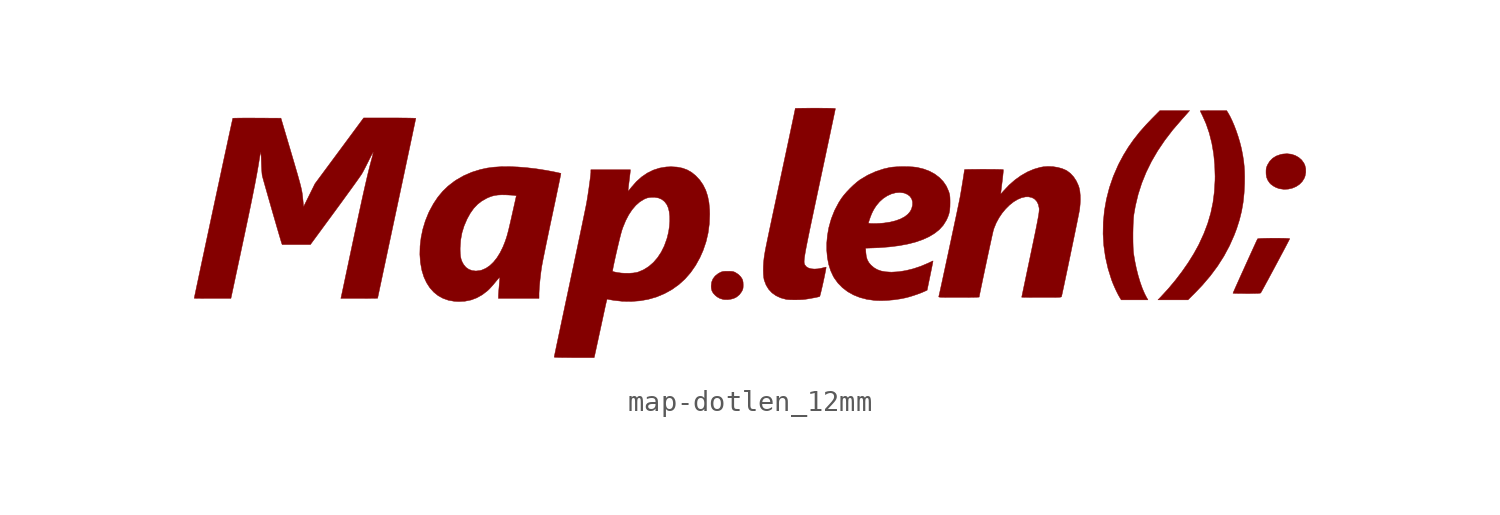
<source format=kicad_sym>
(kicad_symbol_lib
  (version 20211014)
  (generator kicad_symbol_editor)
  (symbol "map-dotlen_12mm"
    (pin_names
      (offset 1.016))
    (property "Reference" "#G"
      (at 0 5.368 0)
      (effects (font (size 1.27 1.27)) hide))
    (symbol "map-dotlen_12mm_0_0"
      (polyline (pts (xy 25.915 2.106) (xy 26.113 2.151) (xy 26.296 2.228) (xy 26.458 2.336) (xy 26.591 2.471) (xy 26.689 2.631) (xy 26.729 2.738) (xy 26.761 2.914) (xy 26.758 3.091) (xy 26.719 3.254) (xy 26.669 3.361) (xy 26.56 3.511) (xy 26.418 3.633) (xy 26.251 3.726) (xy 26.064 3.786) (xy 25.862 3.809) (xy 25.653 3.794) (xy 25.541 3.77) (xy 25.337 3.697) (xy 25.166 3.59) (xy 25.028 3.45) (xy 24.922 3.276) (xy 24.919 3.27) (xy 24.883 3.184) (xy 24.861 3.11) (xy 24.851 3.028) (xy 24.849 2.919) (xy 24.852 2.821) (xy 24.877 2.67) (xy 24.932 2.537) (xy 25.021 2.405) (xy 25.083 2.341) (xy 25.198 2.256) (xy 25.332 2.183) (xy 25.471 2.133) (xy 25.501 2.125) (xy 25.709 2.096) (xy 25.915 2.106)) (stroke (width 0.01) (type default) (color 0 0 0 0)) (fill (type outline)))
      (polyline (pts (xy -1.047 -3.211) (xy -0.899 -3.19) (xy -0.768 -3.154) (xy -0.635 -3.087) (xy -0.496 -2.972) (xy -0.388 -2.821) (xy -0.387 -2.82) (xy -0.351 -2.748) (xy -0.33 -2.684) (xy -0.32 -2.61) (xy -0.318 -2.507) (xy -0.322 -2.394) (xy -0.337 -2.301) (xy -0.364 -2.225) (xy -0.439 -2.111) (xy -0.556 -1.995) (xy -0.695 -1.906) (xy -0.733 -1.888) (xy -0.791 -1.867) (xy -0.856 -1.855) (xy -0.941 -1.85) (xy -1.059 -1.848) (xy -1.158 -1.849) (xy -1.246 -1.853) (xy -1.313 -1.864) (xy -1.371 -1.882) (xy -1.436 -1.912) (xy -1.524 -1.961) (xy -1.669 -2.076) (xy -1.774 -2.215) (xy -1.838 -2.374) (xy -1.859 -2.554) (xy -1.854 -2.658) (xy -1.824 -2.789) (xy -1.762 -2.901) (xy -1.662 -3.009) (xy -1.567 -3.086) (xy -1.438 -3.157) (xy -1.285 -3.202) (xy -1.189 -3.213) (xy -1.047 -3.211)) (stroke (width 0.01) (type default) (color 0 0 0 0)) (fill (type outline)))
      (polyline (pts (xy 19.082 -3.078) (xy 19.002 -2.923) (xy 18.893 -2.668) (xy 18.79 -2.378) (xy 18.694 -2.059) (xy 18.608 -1.719) (xy 18.535 -1.364) (xy 18.474 -1) (xy 18.468 -0.95) (xy 18.457 -0.812) (xy 18.45 -0.642) (xy 18.445 -0.446) (xy 18.443 -0.234) (xy 18.443 -0.014) (xy 18.447 0.204) (xy 18.453 0.411) (xy 18.462 0.599) (xy 18.473 0.759) (xy 18.487 0.883) (xy 18.561 1.302) (xy 18.693 1.853) (xy 18.865 2.391) (xy 19.078 2.917) (xy 19.332 3.435) (xy 19.63 3.946) (xy 19.971 4.451) (xy 20.357 4.955) (xy 20.79 5.457) (xy 20.803 5.472) (xy 20.892 5.57) (xy 20.974 5.663) (xy 21.043 5.74) (xy 21.089 5.793) (xy 21.169 5.885) (xy 19.74 5.885) (xy 19.35 5.491) (xy 19.091 5.221) (xy 18.768 4.857) (xy 18.481 4.495) (xy 18.224 4.129) (xy 17.992 3.751) (xy 17.779 3.354) (xy 17.729 3.253) (xy 17.498 2.722) (xy 17.311 2.18) (xy 17.169 1.628) (xy 17.07 1.07) (xy 17.015 0.509) (xy 17.005 -0.054) (xy 17.04 -0.615) (xy 17.119 -1.171) (xy 17.244 -1.72) (xy 17.413 -2.26) (xy 17.481 -2.437) (xy 17.564 -2.629) (xy 17.651 -2.817) (xy 17.737 -2.987) (xy 17.817 -3.125) (xy 17.879 -3.225) (xy 18.521 -3.225) (xy 19.164 -3.225) (xy 19.082 -3.078)) (stroke (width 0.01) (type default) (color 0 0 0 0)) (fill (type outline)))
      (polyline (pts (xy 21.44 -2.878) (xy 21.778 -2.524) (xy 22.168 -2.067) (xy 22.515 -1.6) (xy 22.821 -1.12) (xy 23.087 -0.624) (xy 23.316 -0.11) (xy 23.436 0.207) (xy 23.569 0.626) (xy 23.672 1.043) (xy 23.746 1.468) (xy 23.793 1.914) (xy 23.816 2.389) (xy 23.816 2.401) (xy 23.819 2.699) (xy 23.813 2.965) (xy 23.797 3.213) (xy 23.771 3.457) (xy 23.732 3.712) (xy 23.679 3.99) (xy 23.651 4.117) (xy 23.585 4.374) (xy 23.505 4.64) (xy 23.415 4.906) (xy 23.317 5.163) (xy 23.215 5.401) (xy 23.113 5.612) (xy 23.015 5.785) (xy 22.951 5.885) (xy 22.31 5.885) (xy 22.143 5.885) (xy 21.993 5.883) (xy 21.865 5.881) (xy 21.767 5.879) (xy 21.703 5.876) (xy 21.681 5.873) (xy 21.684 5.862) (xy 21.705 5.816) (xy 21.74 5.744) (xy 21.784 5.655) (xy 21.961 5.257) (xy 22.117 4.803) (xy 22.239 4.319) (xy 22.327 3.81) (xy 22.379 3.275) (xy 22.396 2.719) (xy 22.393 2.527) (xy 22.362 1.983) (xy 22.295 1.461) (xy 22.189 0.955) (xy 22.043 0.457) (xy 21.855 -0.039) (xy 21.624 -0.541) (xy 21.591 -0.607) (xy 21.363 -1.018) (xy 21.099 -1.441) (xy 20.802 -1.867) (xy 20.48 -2.288) (xy 20.136 -2.698) (xy 19.776 -3.09) (xy 19.646 -3.225) (xy 21.092 -3.225) (xy 21.44 -2.878)) (stroke (width 0.01) (type default) (color 0 0 0 0)) (fill (type outline)))
      (polyline (pts (xy 24.023 -2.919) (xy 24.208 -2.918) (xy 24.351 -2.915) (xy 24.457 -2.912) (xy 24.53 -2.906) (xy 24.575 -2.899) (xy 24.594 -2.89) (xy 24.594 -2.889) (xy 24.612 -2.859) (xy 24.649 -2.793) (xy 24.703 -2.695) (xy 24.772 -2.569) (xy 24.853 -2.419) (xy 24.945 -2.251) (xy 25.043 -2.067) (xy 25.148 -1.873) (xy 25.255 -1.673) (xy 25.363 -1.471) (xy 25.47 -1.271) (xy 25.572 -1.078) (xy 25.669 -0.897) (xy 25.757 -0.731) (xy 25.834 -0.584) (xy 25.898 -0.462) (xy 25.947 -0.368) (xy 25.978 -0.307) (xy 25.989 -0.283) (xy 25.97 -0.276) (xy 25.91 -0.27) (xy 25.817 -0.265) (xy 25.696 -0.261) (xy 25.553 -0.259) (xy 25.397 -0.257) (xy 25.233 -0.257) (xy 25.069 -0.258) (xy 24.91 -0.261) (xy 24.765 -0.264) (xy 24.638 -0.268) (xy 24.538 -0.274) (xy 24.47 -0.281) (xy 24.442 -0.288) (xy 24.432 -0.308) (xy 24.404 -0.366) (xy 24.36 -0.459) (xy 24.304 -0.582) (xy 24.236 -0.73) (xy 24.159 -0.898) (xy 24.075 -1.083) (xy 23.986 -1.279) (xy 23.894 -1.482) (xy 23.801 -1.688) (xy 23.709 -1.891) (xy 23.62 -2.088) (xy 23.536 -2.274) (xy 23.46 -2.445) (xy 23.392 -2.595) (xy 23.337 -2.721) (xy 23.294 -2.817) (xy 23.267 -2.88) (xy 23.258 -2.904) (xy 23.258 -2.905) (xy 23.287 -2.908) (xy 23.355 -2.912) (xy 23.459 -2.915) (xy 23.59 -2.917) (xy 23.744 -2.918) (xy 23.914 -2.919) (xy 24.023 -2.919)) (stroke (width 0.01) (type default) (color 0 0 0 0)) (fill (type outline)))
      (polyline (pts (xy 2.394 -3.217) (xy 2.528 -3.211) (xy 2.637 -3.201) (xy 2.667 -3.197) (xy 2.782 -3.18) (xy 2.907 -3.159) (xy 3.034 -3.136) (xy 3.153 -3.114) (xy 3.253 -3.092) (xy 3.326 -3.075) (xy 3.363 -3.062) (xy 3.368 -3.054) (xy 3.383 -3.008) (xy 3.405 -2.926) (xy 3.432 -2.817) (xy 3.463 -2.685) (xy 3.497 -2.539) (xy 3.531 -2.385) (xy 3.565 -2.23) (xy 3.596 -2.08) (xy 3.624 -1.942) (xy 3.647 -1.824) (xy 3.664 -1.73) (xy 3.673 -1.67) (xy 3.672 -1.648) (xy 3.668 -1.648) (xy 3.629 -1.657) (xy 3.56 -1.673) (xy 3.472 -1.695) (xy 3.289 -1.731) (xy 3.11 -1.742) (xy 2.95 -1.728) (xy 2.817 -1.688) (xy 2.714 -1.624) (xy 2.647 -1.537) (xy 2.641 -1.524) (xy 2.631 -1.498) (xy 2.624 -1.47) (xy 2.618 -1.438) (xy 2.615 -1.398) (xy 2.616 -1.348) (xy 2.62 -1.288) (xy 2.628 -1.214) (xy 2.64 -1.123) (xy 2.657 -1.015) (xy 2.679 -0.887) (xy 2.707 -0.737) (xy 2.741 -0.562) (xy 2.781 -0.361) (xy 2.828 -0.131) (xy 2.881 0.13) (xy 2.943 0.424) (xy 3.012 0.753) (xy 3.09 1.12) (xy 3.176 1.526) (xy 3.271 1.974) (xy 3.376 2.466) (xy 3.401 2.584) (xy 3.485 2.978) (xy 3.566 3.359) (xy 3.644 3.724) (xy 3.717 4.071) (xy 3.787 4.397) (xy 3.851 4.699) (xy 3.909 4.976) (xy 3.962 5.225) (xy 4.008 5.443) (xy 4.047 5.627) (xy 4.078 5.775) (xy 4.101 5.885) (xy 4.115 5.954) (xy 4.12 5.979) (xy 4.113 5.983) (xy 4.064 5.989) (xy 3.97 5.994) (xy 3.831 5.998) (xy 3.648 6) (xy 3.422 6.002) (xy 3.155 6.003) (xy 3.061 6.003) (xy 2.86 6.002) (xy 2.675 6.001) (xy 2.513 5.999) (xy 2.379 5.997) (xy 2.277 5.994) (xy 2.212 5.992) (xy 2.189 5.988) (xy 2.189 5.987) (xy 2.183 5.953) (xy 2.167 5.873) (xy 2.141 5.749) (xy 2.106 5.581) (xy 2.062 5.371) (xy 2.008 5.118) (xy 1.946 4.824) (xy 1.875 4.489) (xy 1.795 4.114) (xy 1.707 3.701) (xy 1.61 3.248) (xy 1.547 2.951) (xy 1.445 2.474) (xy 1.352 2.04) (xy 1.268 1.645) (xy 1.192 1.289) (xy 1.123 0.969) (xy 1.062 0.682) (xy 1.008 0.427) (xy 0.96 0.202) (xy 0.918 0.003) (xy 0.882 -0.171) (xy 0.85 -0.322) (xy 0.823 -0.453) (xy 0.8 -0.566) (xy 0.78 -0.662) (xy 0.764 -0.745) (xy 0.75 -0.817) (xy 0.739 -0.878) (xy 0.729 -0.933) (xy 0.721 -0.983) (xy 0.713 -1.03) (xy 0.706 -1.077) (xy 0.699 -1.125) (xy 0.691 -1.177) (xy 0.683 -1.236) (xy 0.664 -1.423) (xy 0.653 -1.618) (xy 0.65 -1.81) (xy 0.655 -1.988) (xy 0.669 -2.142) (xy 0.69 -2.26) (xy 0.698 -2.286) (xy 0.786 -2.517) (xy 0.91 -2.718) (xy 1.068 -2.887) (xy 1.261 -3.024) (xy 1.486 -3.129) (xy 1.744 -3.199) (xy 1.748 -3.2) (xy 1.833 -3.21) (xy 1.953 -3.217) (xy 2.094 -3.221) (xy 2.245 -3.221) (xy 2.394 -3.217)) (stroke (width 0.01) (type default) (color 0 0 0 0)) (fill (type outline)))
      (polyline (pts (xy 6.61 -3.251) (xy 6.914 -3.224) (xy 7.214 -3.182) (xy 7.498 -3.127) (xy 7.498 -3.126) (xy 7.662 -3.084) (xy 7.85 -3.027) (xy 8.044 -2.962) (xy 8.227 -2.894) (xy 8.381 -2.83) (xy 8.535 -2.761) (xy 8.68 -2.058) (xy 8.695 -1.984) (xy 8.73 -1.815) (xy 8.761 -1.664) (xy 8.786 -1.536) (xy 8.805 -1.437) (xy 8.817 -1.374) (xy 8.82 -1.35) (xy 8.819 -1.35) (xy 8.788 -1.362) (xy 8.729 -1.389) (xy 8.651 -1.426) (xy 8.586 -1.457) (xy 8.232 -1.607) (xy 7.872 -1.727) (xy 7.514 -1.816) (xy 7.167 -1.871) (xy 6.838 -1.89) (xy 6.768 -1.889) (xy 6.526 -1.873) (xy 6.317 -1.834) (xy 6.137 -1.769) (xy 5.979 -1.677) (xy 5.836 -1.555) (xy 5.834 -1.554) (xy 5.727 -1.426) (xy 5.653 -1.289) (xy 5.607 -1.13) (xy 5.585 -0.94) (xy 5.574 -0.737) (xy 6.006 -0.722) (xy 6.2 -0.714) (xy 6.706 -0.676) (xy 7.173 -0.618) (xy 7.6 -0.539) (xy 7.988 -0.439) (xy 8.335 -0.318) (xy 8.641 -0.177) (xy 8.906 -0.015) (xy 9.13 0.166) (xy 9.312 0.368) (xy 9.451 0.59) (xy 9.488 0.663) (xy 9.55 0.809) (xy 9.594 0.946) (xy 9.621 1.089) (xy 9.635 1.252) (xy 9.639 1.448) (xy 9.638 1.578) (xy 9.635 1.688) (xy 9.628 1.772) (xy 9.617 1.844) (xy 9.599 1.915) (xy 9.573 1.996) (xy 9.568 2.009) (xy 9.461 2.25) (xy 9.314 2.467) (xy 9.13 2.659) (xy 8.911 2.826) (xy 8.659 2.964) (xy 8.376 3.072) (xy 8.066 3.148) (xy 8.009 3.157) (xy 7.851 3.174) (xy 7.665 3.184) (xy 7.462 3.188) (xy 7.256 3.187) (xy 7.058 3.179) (xy 6.882 3.166) (xy 6.739 3.146) (xy 6.448 3.08) (xy 6.052 2.95) (xy 5.672 2.776) (xy 5.314 2.562) (xy 5.304 2.556) (xy 5.154 2.442) (xy 4.99 2.299) (xy 4.823 2.139) (xy 4.663 1.971) (xy 4.522 1.807) (xy 4.409 1.657) (xy 4.286 1.465) (xy 4.083 1.082) (xy 3.923 0.679) (xy 3.866 0.477) (xy 5.707 0.477) (xy 5.732 0.554) (xy 5.798 0.749) (xy 5.862 0.912) (xy 5.929 1.053) (xy 6.002 1.182) (xy 6.088 1.31) (xy 6.093 1.317) (xy 6.247 1.501) (xy 6.423 1.658) (xy 6.615 1.783) (xy 6.816 1.875) (xy 7.02 1.93) (xy 7.223 1.946) (xy 7.416 1.92) (xy 7.446 1.912) (xy 7.598 1.846) (xy 7.715 1.752) (xy 7.794 1.632) (xy 7.834 1.491) (xy 7.833 1.333) (xy 7.788 1.161) (xy 7.725 1.036) (xy 7.609 0.897) (xy 7.451 0.774) (xy 7.255 0.67) (xy 7.022 0.584) (xy 6.755 0.518) (xy 6.455 0.473) (xy 6.397 0.468) (xy 6.255 0.457) (xy 6.114 0.45) (xy 5.984 0.447) (xy 5.87 0.448) (xy 5.782 0.454) (xy 5.725 0.463) (xy 5.707 0.477) (xy 3.866 0.477) (xy 3.805 0.257) (xy 3.804 0.255) (xy 3.738 -0.118) (xy 3.704 -0.487) (xy 3.704 -0.848) (xy 3.735 -1.193) (xy 3.798 -1.519) (xy 3.892 -1.819) (xy 4.017 -2.089) (xy 4.068 -2.176) (xy 4.249 -2.425) (xy 4.465 -2.644) (xy 4.714 -2.832) (xy 4.993 -2.988) (xy 5.3 -3.111) (xy 5.633 -3.198) (xy 5.99 -3.249) (xy 6.052 -3.254) (xy 6.318 -3.261) (xy 6.61 -3.251)) (stroke (width 0.01) (type default) (color 0 0 0 0)) (fill (type outline)))
      (polyline (pts (xy -13.711 -3.29) (xy -13.418 -3.231) (xy -13.141 -3.127) (xy -12.877 -2.979) (xy -12.624 -2.785) (xy -12.614 -2.776) (xy -12.54 -2.704) (xy -12.449 -2.607) (xy -12.352 -2.498) (xy -12.261 -2.388) (xy -12.225 -2.344) (xy -12.152 -2.257) (xy -12.093 -2.187) (xy -12.052 -2.142) (xy -12.035 -2.128) (xy -12.034 -2.144) (xy -12.037 -2.201) (xy -12.043 -2.291) (xy -12.052 -2.405) (xy -12.063 -2.537) (xy -12.071 -2.63) (xy -12.083 -2.767) (xy -12.092 -2.889) (xy -12.098 -2.985) (xy -12.1 -3.046) (xy -12.1 -3.154) (xy -10.146 -3.154) (xy -10.146 -2.946) (xy -10.146 -2.908) (xy -10.139 -2.758) (xy -10.127 -2.573) (xy -10.108 -2.364) (xy -10.085 -2.14) (xy -10.057 -1.91) (xy -10.026 -1.683) (xy -10.016 -1.619) (xy -9.995 -1.508) (xy -9.967 -1.359) (xy -9.93 -1.175) (xy -9.887 -0.961) (xy -9.838 -0.72) (xy -9.784 -0.456) (xy -9.725 -0.173) (xy -9.663 0.125) (xy -9.598 0.434) (xy -9.531 0.749) (xy -9.524 0.781) (xy -9.459 1.087) (xy -9.397 1.379) (xy -9.339 1.654) (xy -9.286 1.91) (xy -9.237 2.142) (xy -9.194 2.347) (xy -9.158 2.523) (xy -9.129 2.665) (xy -9.108 2.771) (xy -9.096 2.838) (xy -9.092 2.862) (xy -9.098 2.865) (xy -9.141 2.876) (xy -9.218 2.893) (xy -9.321 2.916) (xy -9.441 2.941) (xy -9.798 3.008) (xy -10.264 3.081) (xy -10.719 3.135) (xy -11.156 3.171) (xy -11.572 3.188) (xy -11.96 3.185) (xy -12.317 3.162) (xy -12.636 3.12) (xy -12.962 3.05) (xy -13.374 2.922) (xy -13.762 2.755) (xy -14.124 2.548) (xy -14.231 2.476) (xy -14.521 2.252) (xy -14.78 2.002) (xy -15.014 1.721) (xy -15.226 1.404) (xy -15.42 1.048) (xy -15.465 0.953) (xy -15.619 0.571) (xy -15.739 0.174) (xy -15.823 -0.231) (xy -15.871 -0.637) (xy -15.875 -0.789) (xy -13.943 -0.789) (xy -13.942 -0.709) (xy -13.917 -0.344) (xy -13.855 0.0001) (xy -13.752 0.335) (xy -13.607 0.671) (xy -13.606 0.673) (xy -13.455 0.946) (xy -13.291 1.177) (xy -13.109 1.37) (xy -12.905 1.53) (xy -12.676 1.66) (xy -12.598 1.697) (xy -12.442 1.758) (xy -12.287 1.799) (xy -12.121 1.823) (xy -11.933 1.832) (xy -11.711 1.828) (xy -11.657 1.825) (xy -11.532 1.819) (xy -11.423 1.812) (xy -11.342 1.805) (xy -11.297 1.799) (xy -11.237 1.785) (xy -11.431 0.922) (xy -11.434 0.909) (xy -11.49 0.66) (xy -11.538 0.451) (xy -11.579 0.276) (xy -11.614 0.13) (xy -11.646 0.007) (xy -11.675 -0.099) (xy -11.702 -0.193) (xy -11.731 -0.282) (xy -11.761 -0.37) (xy -11.795 -0.464) (xy -11.879 -0.673) (xy -12.016 -0.952) (xy -12.169 -1.198) (xy -12.336 -1.407) (xy -12.514 -1.577) (xy -12.702 -1.705) (xy -12.897 -1.79) (xy -12.992 -1.815) (xy -13.183 -1.836) (xy -13.362 -1.816) (xy -13.523 -1.757) (xy -13.661 -1.661) (xy -13.773 -1.527) (xy -13.788 -1.503) (xy -13.85 -1.388) (xy -13.894 -1.27) (xy -13.923 -1.138) (xy -13.938 -0.981) (xy -13.943 -0.789) (xy -15.875 -0.789) (xy -15.881 -1.039) (xy -15.853 -1.429) (xy -15.785 -1.801) (xy -15.78 -1.822) (xy -15.684 -2.129) (xy -15.556 -2.404) (xy -15.399 -2.646) (xy -15.215 -2.851) (xy -15.004 -3.021) (xy -14.769 -3.151) (xy -14.51 -3.243) (xy -14.23 -3.293) (xy -14.021 -3.306) (xy -13.711 -3.29)) (stroke (width 0.01) (type default) (color 0 0 0 0)) (fill (type outline)))
      (polyline (pts (xy -7.478 -5.95) (xy -7.473 -5.929) (xy -7.459 -5.865) (xy -7.437 -5.763) (xy -7.407 -5.626) (xy -7.371 -5.459) (xy -7.329 -5.267) (xy -7.283 -5.053) (xy -7.233 -4.822) (xy -7.18 -4.579) (xy -7.121 -4.306) (xy -7.067 -4.057) (xy -7.022 -3.847) (xy -6.984 -3.674) (xy -6.954 -3.533) (xy -6.929 -3.422) (xy -6.909 -3.337) (xy -6.894 -3.274) (xy -6.883 -3.231) (xy -6.874 -3.204) (xy -6.868 -3.189) (xy -6.863 -3.184) (xy -6.858 -3.185) (xy -6.853 -3.188) (xy -6.843 -3.191) (xy -6.794 -3.203) (xy -6.716 -3.219) (xy -6.62 -3.236) (xy -6.544 -3.248) (xy -6.122 -3.295) (xy -5.701 -3.301) (xy -5.289 -3.27) (xy -4.891 -3.2) (xy -4.516 -3.093) (xy -4.494 -3.086) (xy -4.107 -2.925) (xy -3.749 -2.727) (xy -3.419 -2.492) (xy -3.119 -2.22) (xy -2.849 -1.912) (xy -2.61 -1.568) (xy -2.4 -1.189) (xy -2.246 -0.84) (xy -2.106 -0.428) (xy -2.007 -0.005) (xy -1.949 0.435) (xy -1.93 0.897) (xy -1.935 1.102) (xy -1.966 1.452) (xy -2.028 1.768) (xy -2.122 2.054) (xy -2.249 2.311) (xy -2.409 2.543) (xy -2.604 2.752) (xy -2.799 2.91) (xy -3.012 3.032) (xy -3.245 3.117) (xy -3.502 3.167) (xy -3.79 3.183) (xy -4.024 3.172) (xy -4.342 3.119) (xy -4.646 3.021) (xy -4.935 2.878) (xy -5.208 2.692) (xy -5.464 2.462) (xy -5.703 2.189) (xy -5.72 2.168) (xy -5.776 2.097) (xy -5.821 2.041) (xy -5.845 2.013) (xy -5.851 2.007) (xy -5.857 2.008) (xy -5.859 2.024) (xy -5.858 2.059) (xy -5.852 2.12) (xy -5.842 2.211) (xy -5.827 2.338) (xy -5.806 2.507) (xy -5.793 2.611) (xy -5.779 2.733) (xy -5.766 2.839) (xy -5.758 2.913) (xy -5.746 3.037) (xy -7.651 3.037) (xy -7.651 2.929) (xy -7.652 2.889) (xy -7.661 2.799) (xy -7.675 2.675) (xy -7.694 2.524) (xy -7.717 2.353) (xy -7.742 2.17) (xy -7.77 1.982) (xy -7.798 1.796) (xy -7.826 1.619) (xy -7.853 1.46) (xy -7.855 1.448) (xy -7.869 1.375) (xy -7.892 1.26) (xy -7.923 1.105) (xy -7.963 0.913) (xy -8.01 0.687) (xy -8.063 0.429) (xy -8.123 0.143) (xy -8.188 -0.168) (xy -8.259 -0.502) (xy -8.333 -0.857) (xy -8.412 -1.228) (xy -8.493 -1.614) (xy -8.541 -1.839) (xy -6.607 -1.839) (xy -6.599 -1.784) (xy -6.583 -1.694) (xy -6.559 -1.572) (xy -6.528 -1.426) (xy -6.492 -1.261) (xy -6.453 -1.083) (xy -6.41 -0.897) (xy -6.367 -0.709) (xy -6.323 -0.525) (xy -6.281 -0.35) (xy -6.242 -0.191) (xy -6.206 -0.052) (xy -6.175 0.06) (xy -6.152 0.139) (xy -6.106 0.27) (xy -5.976 0.585) (xy -5.829 0.868) (xy -5.666 1.114) (xy -5.489 1.322) (xy -5.3 1.489) (xy -5.101 1.613) (xy -5.027 1.648) (xy -4.935 1.682) (xy -4.843 1.701) (xy -4.727 1.712) (xy -4.587 1.713) (xy -4.399 1.682) (xy -4.237 1.613) (xy -4.101 1.504) (xy -3.991 1.357) (xy -3.989 1.353) (xy -3.923 1.201) (xy -3.878 1.014) (xy -3.854 0.798) (xy -3.851 0.561) (xy -3.87 0.309) (xy -3.909 0.049) (xy -3.97 -0.212) (xy -3.996 -0.299) (xy -4.115 -0.628) (xy -4.263 -0.926) (xy -4.438 -1.192) (xy -4.638 -1.423) (xy -4.861 -1.617) (xy -5.104 -1.771) (xy -5.367 -1.884) (xy -5.457 -1.908) (xy -5.615 -1.932) (xy -5.797 -1.945) (xy -5.99 -1.946) (xy -6.182 -1.935) (xy -6.36 -1.911) (xy -6.422 -1.9) (xy -6.512 -1.881) (xy -6.577 -1.864) (xy -6.606 -1.853) (xy -6.607 -1.839) (xy -8.541 -1.839) (xy -8.578 -2.011) (xy -8.664 -2.418) (xy -8.697 -2.574) (xy -8.781 -2.97) (xy -8.863 -3.352) (xy -8.94 -3.718) (xy -9.014 -4.066) (xy -9.083 -4.393) (xy -9.147 -4.696) (xy -9.206 -4.974) (xy -9.259 -5.223) (xy -9.305 -5.441) (xy -9.343 -5.625) (xy -9.374 -5.774) (xy -9.397 -5.884) (xy -9.411 -5.953) (xy -9.416 -5.978) (xy -9.407 -5.983) (xy -9.358 -5.989) (xy -9.267 -5.994) (xy -9.131 -5.998) (xy -8.951 -6.001) (xy -8.725 -6.002) (xy -8.454 -6.003) (xy -7.491 -6.003) (xy -7.478 -5.95)) (stroke (width 0.01) (type default) (color 0 0 0 0)) (fill (type outline)))
      (polyline (pts (xy 14.096 -3.107) (xy 14.324 -3.107) (xy 14.509 -3.107) (xy 14.658 -3.106) (xy 14.773 -3.104) (xy 14.858 -3.101) (xy 14.92 -3.097) (xy 14.961 -3.092) (xy 14.986 -3.085) (xy 14.999 -3.076) (xy 15.004 -3.066) (xy 15.011 -3.041) (xy 15.027 -2.97) (xy 15.051 -2.861) (xy 15.082 -2.716) (xy 15.12 -2.541) (xy 15.162 -2.339) (xy 15.209 -2.116) (xy 15.26 -1.874) (xy 15.314 -1.618) (xy 15.369 -1.353) (xy 15.426 -1.081) (xy 15.482 -0.809) (xy 15.538 -0.539) (xy 15.593 -0.276) (xy 15.645 -0.024) (xy 15.693 0.212) (xy 15.738 0.43) (xy 15.777 0.624) (xy 15.81 0.79) (xy 15.837 0.924) (xy 15.856 1.022) (xy 15.867 1.08) (xy 15.88 1.169) (xy 15.901 1.385) (xy 15.909 1.603) (xy 15.905 1.812) (xy 15.887 2) (xy 15.857 2.154) (xy 15.816 2.282) (xy 15.716 2.499) (xy 15.588 2.695) (xy 15.436 2.86) (xy 15.266 2.988) (xy 15.226 3.011) (xy 15.038 3.092) (xy 14.822 3.151) (xy 14.59 3.187) (xy 14.354 3.197) (xy 14.126 3.18) (xy 13.982 3.154) (xy 13.672 3.064) (xy 13.362 2.932) (xy 13.058 2.759) (xy 12.762 2.547) (xy 12.479 2.3) (xy 12.214 2.018) (xy 12.182 1.982) (xy 12.128 1.922) (xy 12.091 1.885) (xy 12.077 1.877) (xy 12.078 1.891) (xy 12.084 1.946) (xy 12.095 2.037) (xy 12.11 2.157) (xy 12.127 2.3) (xy 12.147 2.457) (xy 12.16 2.566) (xy 12.177 2.714) (xy 12.19 2.842) (xy 12.2 2.944) (xy 12.204 3.012) (xy 12.204 3.04) (xy 12.199 3.042) (xy 12.158 3.046) (xy 12.079 3.05) (xy 11.967 3.053) (xy 11.829 3.056) (xy 11.672 3.058) (xy 11.5 3.059) (xy 11.32 3.06) (xy 11.139 3.06) (xy 10.962 3.059) (xy 10.796 3.058) (xy 10.646 3.056) (xy 10.519 3.054) (xy 10.42 3.051) (xy 10.357 3.047) (xy 10.334 3.043) (xy 10.333 3.026) (xy 10.325 2.965) (xy 10.31 2.869) (xy 10.291 2.745) (xy 10.269 2.602) (xy 10.244 2.446) (xy 10.217 2.284) (xy 10.191 2.124) (xy 10.165 1.973) (xy 10.142 1.838) (xy 10.122 1.727) (xy 10.118 1.705) (xy 10.102 1.623) (xy 10.077 1.503) (xy 10.045 1.348) (xy 10.006 1.163) (xy 9.962 0.951) (xy 9.912 0.716) (xy 9.858 0.463) (xy 9.801 0.194) (xy 9.741 -0.087) (xy 9.68 -0.375) (xy 9.617 -0.667) (xy 9.555 -0.959) (xy 9.493 -1.246) (xy 9.433 -1.526) (xy 9.375 -1.795) (xy 9.32 -2.048) (xy 9.27 -2.282) (xy 9.224 -2.493) (xy 9.184 -2.676) (xy 9.15 -2.829) (xy 9.123 -2.948) (xy 9.105 -3.028) (xy 9.096 -3.066) (xy 9.095 -3.071) (xy 9.097 -3.081) (xy 9.11 -3.088) (xy 9.136 -3.094) (xy 9.181 -3.099) (xy 9.248 -3.102) (xy 9.341 -3.104) (xy 9.465 -3.106) (xy 9.624 -3.107) (xy 9.822 -3.107) (xy 10.062 -3.107) (xy 10.166 -3.107) (xy 10.369 -3.107) (xy 10.554 -3.105) (xy 10.716 -3.103) (xy 10.851 -3.1) (xy 10.953 -3.097) (xy 11.018 -3.093) (xy 11.04 -3.09) (xy 11.043 -3.073) (xy 11.054 -3.014) (xy 11.073 -2.916) (xy 11.1 -2.785) (xy 11.133 -2.624) (xy 11.172 -2.439) (xy 11.214 -2.235) (xy 11.261 -2.015) (xy 11.309 -1.785) (xy 11.36 -1.548) (xy 11.41 -1.31) (xy 11.46 -1.076) (xy 11.509 -0.849) (xy 11.555 -0.635) (xy 11.598 -0.438) (xy 11.636 -0.263) (xy 11.669 -0.114) (xy 11.696 0.004) (xy 11.715 0.087) (xy 11.726 0.129) (xy 11.756 0.223) (xy 11.859 0.475) (xy 11.989 0.716) (xy 12.14 0.942) (xy 12.31 1.148) (xy 12.493 1.331) (xy 12.686 1.486) (xy 12.883 1.607) (xy 13.081 1.691) (xy 13.275 1.734) (xy 13.42 1.735) (xy 13.577 1.7) (xy 13.709 1.627) (xy 13.813 1.517) (xy 13.886 1.373) (xy 13.926 1.199) (xy 13.928 1.184) (xy 13.93 1.146) (xy 13.93 1.103) (xy 13.926 1.051) (xy 13.92 0.987) (xy 13.909 0.908) (xy 13.894 0.813) (xy 13.873 0.697) (xy 13.847 0.558) (xy 13.815 0.393) (xy 13.777 0.2) (xy 13.731 -0.026) (xy 13.677 -0.286) (xy 13.615 -0.583) (xy 13.544 -0.921) (xy 13.464 -1.302) (xy 13.451 -1.365) (xy 13.392 -1.644) (xy 13.336 -1.91) (xy 13.284 -2.158) (xy 13.237 -2.384) (xy 13.194 -2.586) (xy 13.158 -2.759) (xy 13.129 -2.9) (xy 13.107 -3.006) (xy 13.093 -3.072) (xy 13.088 -3.097) (xy 13.092 -3.098) (xy 13.132 -3.1) (xy 13.211 -3.102) (xy 13.327 -3.104) (xy 13.472 -3.105) (xy 13.643 -3.106) (xy 13.834 -3.107) (xy 14.04 -3.107) (xy 14.096 -3.107)) (stroke (width 0.01) (type default) (color 0 0 0 0)) (fill (type outline)))
      (polyline (pts (xy -24.965 -3.102) (xy -24.964 -3.097) (xy -24.954 -3.054) (xy -24.936 -2.969) (xy -24.91 -2.845) (xy -24.875 -2.684) (xy -24.834 -2.491) (xy -24.786 -2.267) (xy -24.733 -2.015) (xy -24.674 -1.74) (xy -24.611 -1.443) (xy -24.543 -1.128) (xy -24.473 -0.798) (xy -24.4 -0.455) (xy -24.333 -0.141) (xy -24.236 0.32) (xy -24.147 0.74) (xy -24.067 1.123) (xy -23.995 1.471) (xy -23.931 1.789) (xy -23.873 2.079) (xy -23.82 2.346) (xy -23.774 2.591) (xy -23.731 2.819) (xy -23.693 3.032) (xy -23.658 3.235) (xy -23.626 3.429) (xy -23.596 3.619) (xy -23.58 3.716) (xy -23.563 3.803) (xy -23.549 3.862) (xy -23.539 3.884) (xy -23.538 3.881) (xy -23.532 3.844) (xy -23.526 3.768) (xy -23.52 3.662) (xy -23.515 3.532) (xy -23.51 3.384) (xy -23.509 3.352) (xy -23.503 3.195) (xy -23.495 3.047) (xy -23.486 2.918) (xy -23.477 2.817) (xy -23.469 2.754) (xy -23.461 2.724) (xy -23.441 2.65) (xy -23.411 2.539) (xy -23.371 2.397) (xy -23.323 2.227) (xy -23.268 2.034) (xy -23.208 1.823) (xy -23.144 1.599) (xy -23.077 1.365) (xy -23.009 1.127) (xy -22.94 0.888) (xy -22.872 0.654) (xy -22.807 0.429) (xy -22.746 0.218) (xy -22.689 0.025) (xy -22.639 -0.146) (xy -22.596 -0.289) (xy -22.563 -0.401) (xy -22.54 -0.477) (xy -22.528 -0.512) (xy -22.506 -0.565) (xy -21.828 -0.565) (xy -21.151 -0.565) (xy -19.967 1.047) (xy -19.861 1.192) (xy -19.681 1.437) (xy -19.51 1.673) (xy -19.348 1.896) (xy -19.197 2.103) (xy -19.061 2.292) (xy -18.942 2.458) (xy -18.841 2.6) (xy -18.762 2.713) (xy -18.705 2.795) (xy -18.675 2.842) (xy -18.631 2.919) (xy -18.571 3.031) (xy -18.501 3.164) (xy -18.428 3.309) (xy -18.355 3.454) (xy -18.34 3.485) (xy -18.277 3.612) (xy -18.221 3.722) (xy -18.175 3.808) (xy -18.142 3.864) (xy -18.127 3.884) (xy -18.126 3.884) (xy -18.127 3.856) (xy -18.139 3.794) (xy -18.161 3.704) (xy -18.189 3.596) (xy -18.214 3.506) (xy -18.259 3.338) (xy -18.305 3.157) (xy -18.355 2.96) (xy -18.407 2.744) (xy -18.462 2.508) (xy -18.522 2.247) (xy -18.587 1.96) (xy -18.658 1.643) (xy -18.734 1.293) (xy -18.818 0.909) (xy -18.908 0.486) (xy -19.007 0.024) (xy -19.115 -0.483) (xy -19.132 -0.564) (xy -19.204 -0.902) (xy -19.273 -1.227) (xy -19.338 -1.536) (xy -19.4 -1.827) (xy -19.457 -2.095) (xy -19.508 -2.338) (xy -19.554 -2.553) (xy -19.593 -2.736) (xy -19.625 -2.886) (xy -19.649 -2.999) (xy -19.665 -3.072) (xy -19.672 -3.102) (xy -19.685 -3.154) (xy -18.774 -3.154) (xy -18.577 -3.154) (xy -18.396 -3.153) (xy -18.236 -3.152) (xy -18.103 -3.151) (xy -18.001 -3.149) (xy -17.937 -3.147) (xy -17.914 -3.144) (xy -17.91 -3.125) (xy -17.897 -3.062) (xy -17.875 -2.957) (xy -17.844 -2.813) (xy -17.806 -2.631) (xy -17.76 -2.415) (xy -17.707 -2.166) (xy -17.648 -1.886) (xy -17.582 -1.578) (xy -17.511 -1.244) (xy -17.435 -0.886) (xy -17.355 -0.507) (xy -17.27 -0.109) (xy -17.182 0.306) (xy -17.09 0.736) (xy -16.996 1.178) (xy -16.912 1.573) (xy -16.82 2.004) (xy -16.731 2.421) (xy -16.646 2.822) (xy -16.565 3.204) (xy -16.489 3.564) (xy -16.417 3.902) (xy -16.351 4.213) (xy -16.291 4.497) (xy -16.237 4.75) (xy -16.191 4.971) (xy -16.151 5.158) (xy -16.12 5.307) (xy -16.097 5.417) (xy -16.083 5.486) (xy -16.078 5.511) (xy -16.079 5.512) (xy -16.111 5.516) (xy -16.185 5.52) (xy -16.299 5.523) (xy -16.449 5.526) (xy -16.631 5.529) (xy -16.841 5.53) (xy -17.076 5.532) (xy -17.332 5.532) (xy -18.587 5.532) (xy -19.758 3.949) (xy -20.93 2.366) (xy -21.478 1.259) (xy -21.507 1.565) (xy -21.508 1.578) (xy -21.517 1.666) (xy -21.525 1.747) (xy -21.534 1.823) (xy -21.544 1.899) (xy -21.557 1.977) (xy -21.573 2.06) (xy -21.593 2.153) (xy -21.619 2.258) (xy -21.649 2.378) (xy -21.687 2.517) (xy -21.732 2.679) (xy -21.785 2.866) (xy -21.848 3.081) (xy -21.92 3.329) (xy -22.003 3.611) (xy -22.098 3.933) (xy -22.206 4.296) (xy -22.568 5.52) (xy -23.718 5.526) (xy -23.742 5.526) (xy -23.97 5.527) (xy -24.182 5.527) (xy -24.375 5.527) (xy -24.543 5.525) (xy -24.683 5.523) (xy -24.79 5.521) (xy -24.859 5.518) (xy -24.886 5.514) (xy -24.887 5.509) (xy -24.897 5.466) (xy -24.916 5.38) (xy -24.944 5.256) (xy -24.979 5.094) (xy -25.022 4.899) (xy -25.071 4.673) (xy -25.126 4.418) (xy -25.186 4.138) (xy -25.252 3.835) (xy -25.322 3.512) (xy -25.395 3.171) (xy -25.471 2.816) (xy -25.55 2.449) (xy -25.631 2.073) (xy -25.713 1.691) (xy -25.796 1.305) (xy -25.879 0.918) (xy -25.961 0.533) (xy -26.042 0.153) (xy -26.122 -0.22) (xy -26.2 -0.583) (xy -26.274 -0.933) (xy -26.346 -1.267) (xy -26.413 -1.583) (xy -26.476 -1.878) (xy -26.533 -2.149) (xy -26.585 -2.393) (xy -26.631 -2.608) (xy -26.669 -2.791) (xy -26.7 -2.939) (xy -26.723 -3.049) (xy -26.737 -3.119) (xy -26.742 -3.146) (xy -26.741 -3.146) (xy -26.714 -3.148) (xy -26.645 -3.15) (xy -26.54 -3.151) (xy -26.403 -3.153) (xy -26.241 -3.154) (xy -26.058 -3.154) (xy -25.859 -3.154) (xy -24.977 -3.154) (xy -24.965 -3.102)) (stroke (width 0.01) (type default) (color 0 0 0 0)) (fill (type outline))))))
</source>
